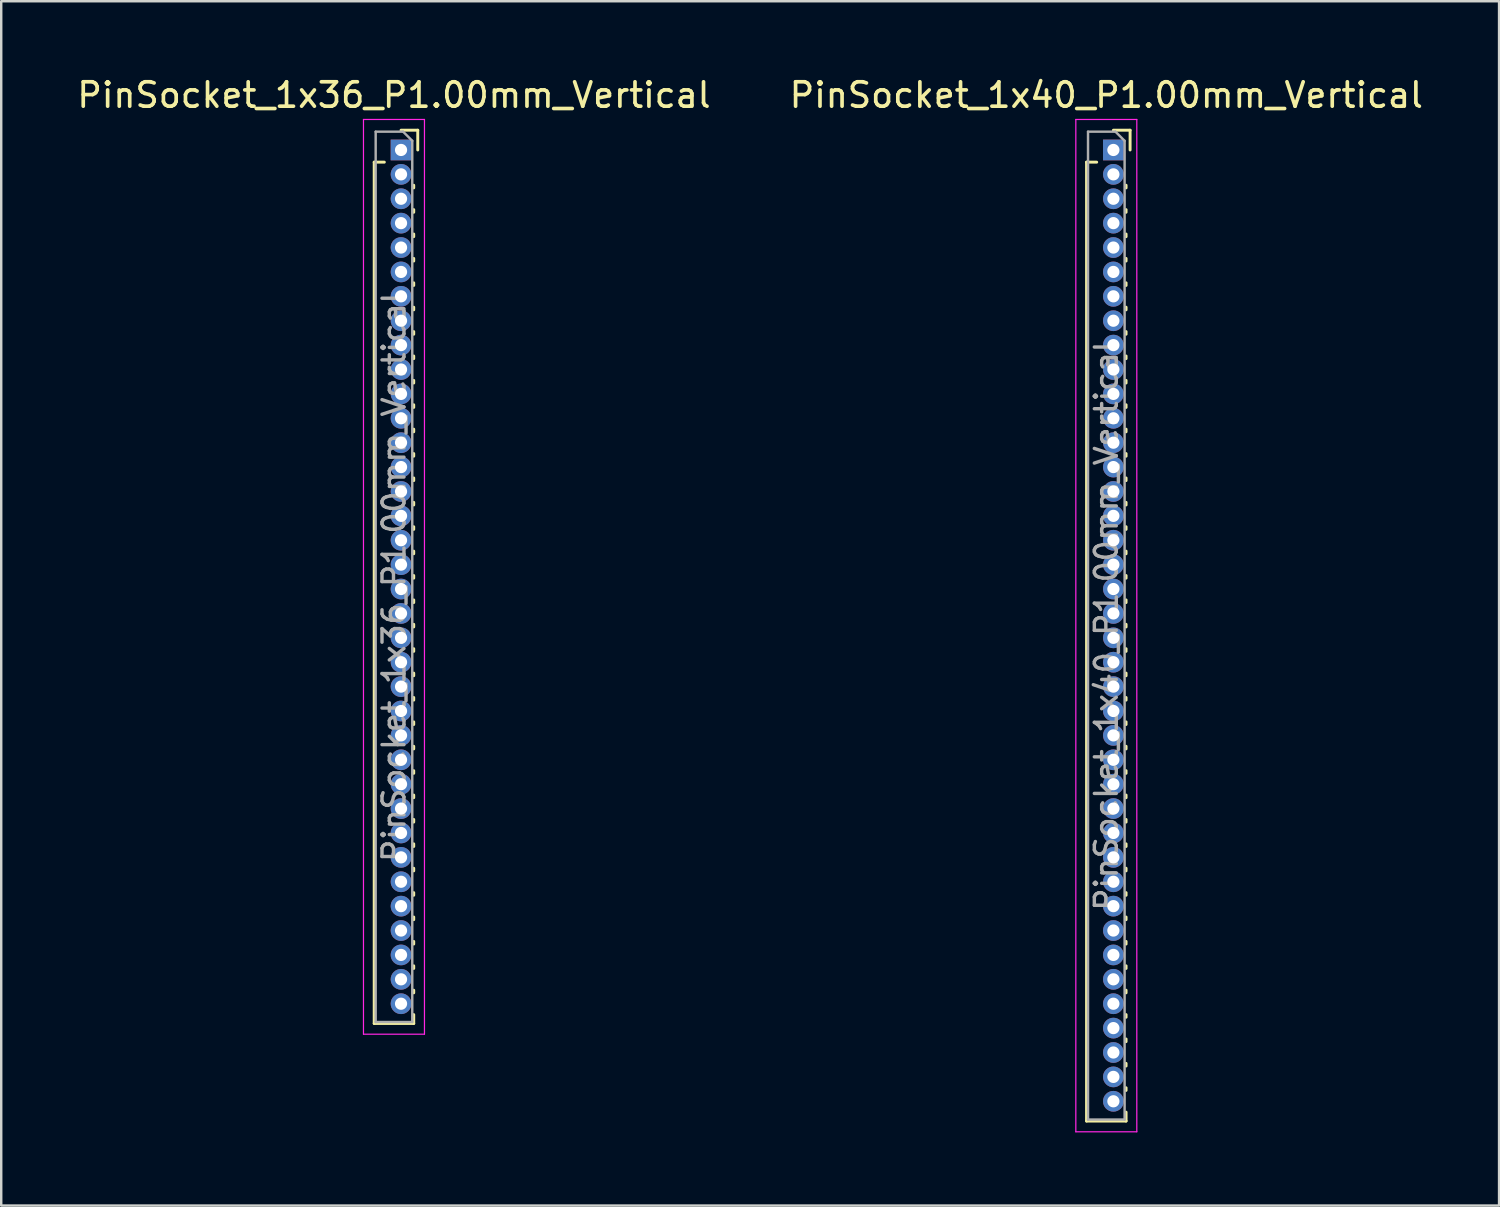
<source format=kicad_pcb>
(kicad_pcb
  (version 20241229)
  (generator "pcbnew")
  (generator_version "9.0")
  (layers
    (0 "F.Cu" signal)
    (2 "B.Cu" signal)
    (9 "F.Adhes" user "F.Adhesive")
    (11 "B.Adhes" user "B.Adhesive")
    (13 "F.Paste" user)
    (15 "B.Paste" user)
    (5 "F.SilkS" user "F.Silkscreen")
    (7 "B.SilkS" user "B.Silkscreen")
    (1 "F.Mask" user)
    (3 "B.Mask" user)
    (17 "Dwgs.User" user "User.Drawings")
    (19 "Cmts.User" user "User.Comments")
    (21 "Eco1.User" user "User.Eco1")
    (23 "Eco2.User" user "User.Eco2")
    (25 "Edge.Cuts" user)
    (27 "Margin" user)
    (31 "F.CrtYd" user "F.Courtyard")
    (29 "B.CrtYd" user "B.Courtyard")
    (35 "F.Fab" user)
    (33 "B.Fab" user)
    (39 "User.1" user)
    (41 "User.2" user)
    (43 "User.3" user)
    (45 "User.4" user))
  (footprint "PinSocket_1x40_P1.00mm_Vertical"
    (layer "F.Cu")
    (at 42.594 3.098)
    (property "Reference" "PinSocket_1x40_P1.00mm_Vertical" (at -0.29 -2.25 0) (layer "F.SilkS") (effects (font (size 1 1) (thickness 0.15))))
    (attr through_hole)
    (fp_line (start -1.1 0.5) (end -1.1 39.81) (stroke (width 0.12) (type solid)) (layer "F.SilkS"))
    (fp_line (start -1.1 0.5) (end -0.685 0.5) (stroke (width 0.12) (type solid)) (layer "F.SilkS"))
    (fp_line (start -1.1 39.81) (end 0.52 39.81) (stroke (width 0.12) (type solid)) (layer "F.SilkS"))
    (fp_line (start 0 -0.81) (end 0.685 -0.81) (stroke (width 0.12) (type solid)) (layer "F.SilkS"))
    (fp_line (start 0.52 1.446) (end 0.52 1.554) (stroke (width 0.12) (type solid)) (layer "F.SilkS"))
    (fp_line (start 0.52 2.446) (end 0.52 2.554) (stroke (width 0.12) (type solid)) (layer "F.SilkS"))
    (fp_line (start 0.52 3.446) (end 0.52 3.554) (stroke (width 0.12) (type solid)) (layer "F.SilkS"))
    (fp_line (start 0.52 4.446) (end 0.52 4.554) (stroke (width 0.12) (type solid)) (layer "F.SilkS"))
    (fp_line (start 0.52 5.446) (end 0.52 5.554) (stroke (width 0.12) (type solid)) (layer "F.SilkS"))
    (fp_line (start 0.52 6.446) (end 0.52 6.554) (stroke (width 0.12) (type solid)) (layer "F.SilkS"))
    (fp_line (start 0.52 7.446) (end 0.52 7.554) (stroke (width 0.12) (type solid)) (layer "F.SilkS"))
    (fp_line (start 0.52 8.446) (end 0.52 8.554) (stroke (width 0.12) (type solid)) (layer "F.SilkS"))
    (fp_line (start 0.52 9.446) (end 0.52 9.554) (stroke (width 0.12) (type solid)) (layer "F.SilkS"))
    (fp_line (start 0.52 10.446) (end 0.52 10.554) (stroke (width 0.12) (type solid)) (layer "F.SilkS"))
    (fp_line (start 0.52 11.446) (end 0.52 11.554) (stroke (width 0.12) (type solid)) (layer "F.SilkS"))
    (fp_line (start 0.52 12.446) (end 0.52 12.554) (stroke (width 0.12) (type solid)) (layer "F.SilkS"))
    (fp_line (start 0.52 13.446) (end 0.52 13.554) (stroke (width 0.12) (type solid)) (layer "F.SilkS"))
    (fp_line (start 0.52 14.446) (end 0.52 14.554) (stroke (width 0.12) (type solid)) (layer "F.SilkS"))
    (fp_line (start 0.52 15.446) (end 0.52 15.554) (stroke (width 0.12) (type solid)) (layer "F.SilkS"))
    (fp_line (start 0.52 16.446) (end 0.52 16.554) (stroke (width 0.12) (type solid)) (layer "F.SilkS"))
    (fp_line (start 0.52 17.446) (end 0.52 17.554) (stroke (width 0.12) (type solid)) (layer "F.SilkS"))
    (fp_line (start 0.52 18.446) (end 0.52 18.554) (stroke (width 0.12) (type solid)) (layer "F.SilkS"))
    (fp_line (start 0.52 19.446) (end 0.52 19.554) (stroke (width 0.12) (type solid)) (layer "F.SilkS"))
    (fp_line (start 0.52 20.446) (end 0.52 20.554) (stroke (width 0.12) (type solid)) (layer "F.SilkS"))
    (fp_line (start 0.52 21.446) (end 0.52 21.554) (stroke (width 0.12) (type solid)) (layer "F.SilkS"))
    (fp_line (start 0.52 22.446) (end 0.52 22.554) (stroke (width 0.12) (type solid)) (layer "F.SilkS"))
    (fp_line (start 0.52 23.446) (end 0.52 23.554) (stroke (width 0.12) (type solid)) (layer "F.SilkS"))
    (fp_line (start 0.52 24.446) (end 0.52 24.554) (stroke (width 0.12) (type solid)) (layer "F.SilkS"))
    (fp_line (start 0.52 25.446) (end 0.52 25.554) (stroke (width 0.12) (type solid)) (layer "F.SilkS"))
    (fp_line (start 0.52 26.446) (end 0.52 26.554) (stroke (width 0.12) (type solid)) (layer "F.SilkS"))
    (fp_line (start 0.52 27.446) (end 0.52 27.554) (stroke (width 0.12) (type solid)) (layer "F.SilkS"))
    (fp_line (start 0.52 28.446) (end 0.52 28.554) (stroke (width 0.12) (type solid)) (layer "F.SilkS"))
    (fp_line (start 0.52 29.446) (end 0.52 29.554) (stroke (width 0.12) (type solid)) (layer "F.SilkS"))
    (fp_line (start 0.52 30.446) (end 0.52 30.554) (stroke (width 0.12) (type solid)) (layer "F.SilkS"))
    (fp_line (start 0.52 31.446) (end 0.52 31.554) (stroke (width 0.12) (type solid)) (layer "F.SilkS"))
    (fp_line (start 0.52 32.446) (end 0.52 32.554) (stroke (width 0.12) (type solid)) (layer "F.SilkS"))
    (fp_line (start 0.52 33.446) (end 0.52 33.554) (stroke (width 0.12) (type solid)) (layer "F.SilkS"))
    (fp_line (start 0.52 34.446) (end 0.52 34.554) (stroke (width 0.12) (type solid)) (layer "F.SilkS"))
    (fp_line (start 0.52 35.446) (end 0.52 35.554) (stroke (width 0.12) (type solid)) (layer "F.SilkS"))
    (fp_line (start 0.52 36.446) (end 0.52 36.554) (stroke (width 0.12) (type solid)) (layer "F.SilkS"))
    (fp_line (start 0.52 37.446) (end 0.52 37.554) (stroke (width 0.12) (type solid)) (layer "F.SilkS"))
    (fp_line (start 0.52 38.446) (end 0.52 38.554) (stroke (width 0.12) (type solid)) (layer "F.SilkS"))
    (fp_line (start 0.52 39.446) (end 0.52 39.81) (stroke (width 0.12) (type solid)) (layer "F.SilkS"))
    (fp_line (start 0.685 -0.81) (end 0.685 0) (stroke (width 0.12) (type solid)) (layer "F.SilkS"))
    (fp_line (start -1.54 -1.25) (end 0.96 -1.25) (stroke (width 0.05) (type solid)) (layer "F.CrtYd"))
    (fp_line (start -1.54 40.25) (end -1.54 -1.25) (stroke (width 0.05) (type solid)) (layer "F.CrtYd"))
    (fp_line (start 0.96 -1.25) (end 0.96 40.25) (stroke (width 0.05) (type solid)) (layer "F.CrtYd"))
    (fp_line (start 0.96 40.25) (end -1.54 40.25) (stroke (width 0.05) (type solid)) (layer "F.CrtYd"))
    (fp_line (start -1.04 -0.75) (end 0.085 -0.75) (stroke (width 0.1) (type solid)) (layer "F.Fab"))
    (fp_line (start -1.04 39.75) (end -1.04 -0.75) (stroke (width 0.1) (type solid)) (layer "F.Fab"))
    (fp_line (start 0.085 -0.75) (end 0.46 -0.375) (stroke (width 0.1) (type solid)) (layer "F.Fab"))
    (fp_line (start 0.46 -0.375) (end 0.46 39.75) (stroke (width 0.1) (type solid)) (layer "F.Fab"))
    (fp_line (start 0.46 39.75) (end -1.04 39.75) (stroke (width 0.1) (type solid)) (layer "F.Fab"))
    (fp_text user "${REFERENCE}" (at -0.29 19.5 90) (layer "F.Fab") (effects (font (size 0.9 0.9) (thickness 0.14))))
    (pad "1" thru_hole rect (at 0 0) (size 0.85 0.85) (drill 0.5) (layers "*.Cu" "*.Mask"))
    (pad "2" thru_hole circle (at 0 1) (size 0.85 0.85) (drill 0.5) (layers "*.Cu" "*.Mask"))
    (pad "3" thru_hole circle (at 0 2) (size 0.85 0.85) (drill 0.5) (layers "*.Cu" "*.Mask"))
    (pad "4" thru_hole circle (at 0 3) (size 0.85 0.85) (drill 0.5) (layers "*.Cu" "*.Mask"))
    (pad "5" thru_hole circle (at 0 4) (size 0.85 0.85) (drill 0.5) (layers "*.Cu" "*.Mask"))
    (pad "6" thru_hole circle (at 0 5) (size 0.85 0.85) (drill 0.5) (layers "*.Cu" "*.Mask"))
    (pad "7" thru_hole circle (at 0 6) (size 0.85 0.85) (drill 0.5) (layers "*.Cu" "*.Mask"))
    (pad "8" thru_hole circle (at 0 7) (size 0.85 0.85) (drill 0.5) (layers "*.Cu" "*.Mask"))
    (pad "9" thru_hole circle (at 0 8) (size 0.85 0.85) (drill 0.5) (layers "*.Cu" "*.Mask"))
    (pad "10" thru_hole circle (at 0 9) (size 0.85 0.85) (drill 0.5) (layers "*.Cu" "*.Mask"))
    (pad "11" thru_hole circle (at 0 10) (size 0.85 0.85) (drill 0.5) (layers "*.Cu" "*.Mask"))
    (pad "12" thru_hole circle (at 0 11) (size 0.85 0.85) (drill 0.5) (layers "*.Cu" "*.Mask"))
    (pad "13" thru_hole circle (at 0 12) (size 0.85 0.85) (drill 0.5) (layers "*.Cu" "*.Mask"))
    (pad "14" thru_hole circle (at 0 13) (size 0.85 0.85) (drill 0.5) (layers "*.Cu" "*.Mask"))
    (pad "15" thru_hole circle (at 0 14) (size 0.85 0.85) (drill 0.5) (layers "*.Cu" "*.Mask"))
    (pad "16" thru_hole circle (at 0 15) (size 0.85 0.85) (drill 0.5) (layers "*.Cu" "*.Mask"))
    (pad "17" thru_hole circle (at 0 16) (size 0.85 0.85) (drill 0.5) (layers "*.Cu" "*.Mask"))
    (pad "18" thru_hole circle (at 0 17) (size 0.85 0.85) (drill 0.5) (layers "*.Cu" "*.Mask"))
    (pad "19" thru_hole circle (at 0 18) (size 0.85 0.85) (drill 0.5) (layers "*.Cu" "*.Mask"))
    (pad "20" thru_hole circle (at 0 19) (size 0.85 0.85) (drill 0.5) (layers "*.Cu" "*.Mask"))
    (pad "21" thru_hole circle (at 0 20) (size 0.85 0.85) (drill 0.5) (layers "*.Cu" "*.Mask"))
    (pad "22" thru_hole circle (at 0 21) (size 0.85 0.85) (drill 0.5) (layers "*.Cu" "*.Mask"))
    (pad "23" thru_hole circle (at 0 22) (size 0.85 0.85) (drill 0.5) (layers "*.Cu" "*.Mask"))
    (pad "24" thru_hole circle (at 0 23) (size 0.85 0.85) (drill 0.5) (layers "*.Cu" "*.Mask"))
    (pad "25" thru_hole circle (at 0 24) (size 0.85 0.85) (drill 0.5) (layers "*.Cu" "*.Mask"))
    (pad "26" thru_hole circle (at 0 25) (size 0.85 0.85) (drill 0.5) (layers "*.Cu" "*.Mask"))
    (pad "27" thru_hole circle (at 0 26) (size 0.85 0.85) (drill 0.5) (layers "*.Cu" "*.Mask"))
    (pad "28" thru_hole circle (at 0 27) (size 0.85 0.85) (drill 0.5) (layers "*.Cu" "*.Mask"))
    (pad "29" thru_hole circle (at 0 28) (size 0.85 0.85) (drill 0.5) (layers "*.Cu" "*.Mask"))
    (pad "30" thru_hole circle (at 0 29) (size 0.85 0.85) (drill 0.5) (layers "*.Cu" "*.Mask"))
    (pad "31" thru_hole circle (at 0 30) (size 0.85 0.85) (drill 0.5) (layers "*.Cu" "*.Mask"))
    (pad "32" thru_hole circle (at 0 31) (size 0.85 0.85) (drill 0.5) (layers "*.Cu" "*.Mask"))
    (pad "33" thru_hole circle (at 0 32) (size 0.85 0.85) (drill 0.5) (layers "*.Cu" "*.Mask"))
    (pad "34" thru_hole circle (at 0 33) (size 0.85 0.85) (drill 0.5) (layers "*.Cu" "*.Mask"))
    (pad "35" thru_hole circle (at 0 34) (size 0.85 0.85) (drill 0.5) (layers "*.Cu" "*.Mask"))
    (pad "36" thru_hole circle (at 0 35) (size 0.85 0.85) (drill 0.5) (layers "*.Cu" "*.Mask"))
    (pad "37" thru_hole circle (at 0 36) (size 0.85 0.85) (drill 0.5) (layers "*.Cu" "*.Mask"))
    (pad "38" thru_hole circle (at 0 37) (size 0.85 0.85) (drill 0.5) (layers "*.Cu" "*.Mask"))
    (pad "39" thru_hole circle (at 0 38) (size 0.85 0.85) (drill 0.5) (layers "*.Cu" "*.Mask"))
    (pad "40" thru_hole circle (at 0 39) (size 0.85 0.85) (drill 0.5) (layers "*.Cu" "*.Mask")))
  (footprint "PinSocket_1x36_P1.00mm_Vertical"
    (layer "F.Cu")
    (at 13.391 3.098)
    (property "Reference" "PinSocket_1x36_P1.00mm_Vertical" (at -0.29 -2.25 0) (layer "F.SilkS") (effects (font (size 1 1) (thickness 0.15))))
    (attr through_hole)
    (fp_line (start -1.1 0.5) (end -1.1 35.81) (stroke (width 0.12) (type solid)) (layer "F.SilkS"))
    (fp_line (start -1.1 0.5) (end -0.685 0.5) (stroke (width 0.12) (type solid)) (layer "F.SilkS"))
    (fp_line (start -1.1 35.81) (end 0.52 35.81) (stroke (width 0.12) (type solid)) (layer "F.SilkS"))
    (fp_line (start 0 -0.81) (end 0.685 -0.81) (stroke (width 0.12) (type solid)) (layer "F.SilkS"))
    (fp_line (start 0.52 1.446) (end 0.52 1.554) (stroke (width 0.12) (type solid)) (layer "F.SilkS"))
    (fp_line (start 0.52 2.446) (end 0.52 2.554) (stroke (width 0.12) (type solid)) (layer "F.SilkS"))
    (fp_line (start 0.52 3.446) (end 0.52 3.554) (stroke (width 0.12) (type solid)) (layer "F.SilkS"))
    (fp_line (start 0.52 4.446) (end 0.52 4.554) (stroke (width 0.12) (type solid)) (layer "F.SilkS"))
    (fp_line (start 0.52 5.446) (end 0.52 5.554) (stroke (width 0.12) (type solid)) (layer "F.SilkS"))
    (fp_line (start 0.52 6.446) (end 0.52 6.554) (stroke (width 0.12) (type solid)) (layer "F.SilkS"))
    (fp_line (start 0.52 7.446) (end 0.52 7.554) (stroke (width 0.12) (type solid)) (layer "F.SilkS"))
    (fp_line (start 0.52 8.446) (end 0.52 8.554) (stroke (width 0.12) (type solid)) (layer "F.SilkS"))
    (fp_line (start 0.52 9.446) (end 0.52 9.554) (stroke (width 0.12) (type solid)) (layer "F.SilkS"))
    (fp_line (start 0.52 10.446) (end 0.52 10.554) (stroke (width 0.12) (type solid)) (layer "F.SilkS"))
    (fp_line (start 0.52 11.446) (end 0.52 11.554) (stroke (width 0.12) (type solid)) (layer "F.SilkS"))
    (fp_line (start 0.52 12.446) (end 0.52 12.554) (stroke (width 0.12) (type solid)) (layer "F.SilkS"))
    (fp_line (start 0.52 13.446) (end 0.52 13.554) (stroke (width 0.12) (type solid)) (layer "F.SilkS"))
    (fp_line (start 0.52 14.446) (end 0.52 14.554) (stroke (width 0.12) (type solid)) (layer "F.SilkS"))
    (fp_line (start 0.52 15.446) (end 0.52 15.554) (stroke (width 0.12) (type solid)) (layer "F.SilkS"))
    (fp_line (start 0.52 16.446) (end 0.52 16.554) (stroke (width 0.12) (type solid)) (layer "F.SilkS"))
    (fp_line (start 0.52 17.446) (end 0.52 17.554) (stroke (width 0.12) (type solid)) (layer "F.SilkS"))
    (fp_line (start 0.52 18.446) (end 0.52 18.554) (stroke (width 0.12) (type solid)) (layer "F.SilkS"))
    (fp_line (start 0.52 19.446) (end 0.52 19.554) (stroke (width 0.12) (type solid)) (layer "F.SilkS"))
    (fp_line (start 0.52 20.446) (end 0.52 20.554) (stroke (width 0.12) (type solid)) (layer "F.SilkS"))
    (fp_line (start 0.52 21.446) (end 0.52 21.554) (stroke (width 0.12) (type solid)) (layer "F.SilkS"))
    (fp_line (start 0.52 22.446) (end 0.52 22.554) (stroke (width 0.12) (type solid)) (layer "F.SilkS"))
    (fp_line (start 0.52 23.446) (end 0.52 23.554) (stroke (width 0.12) (type solid)) (layer "F.SilkS"))
    (fp_line (start 0.52 24.446) (end 0.52 24.554) (stroke (width 0.12) (type solid)) (layer "F.SilkS"))
    (fp_line (start 0.52 25.446) (end 0.52 25.554) (stroke (width 0.12) (type solid)) (layer "F.SilkS"))
    (fp_line (start 0.52 26.446) (end 0.52 26.554) (stroke (width 0.12) (type solid)) (layer "F.SilkS"))
    (fp_line (start 0.52 27.446) (end 0.52 27.554) (stroke (width 0.12) (type solid)) (layer "F.SilkS"))
    (fp_line (start 0.52 28.446) (end 0.52 28.554) (stroke (width 0.12) (type solid)) (layer "F.SilkS"))
    (fp_line (start 0.52 29.446) (end 0.52 29.554) (stroke (width 0.12) (type solid)) (layer "F.SilkS"))
    (fp_line (start 0.52 30.446) (end 0.52 30.554) (stroke (width 0.12) (type solid)) (layer "F.SilkS"))
    (fp_line (start 0.52 31.446) (end 0.52 31.554) (stroke (width 0.12) (type solid)) (layer "F.SilkS"))
    (fp_line (start 0.52 32.446) (end 0.52 32.554) (stroke (width 0.12) (type solid)) (layer "F.SilkS"))
    (fp_line (start 0.52 33.446) (end 0.52 33.554) (stroke (width 0.12) (type solid)) (layer "F.SilkS"))
    (fp_line (start 0.52 34.446) (end 0.52 34.554) (stroke (width 0.12) (type solid)) (layer "F.SilkS"))
    (fp_line (start 0.52 35.446) (end 0.52 35.81) (stroke (width 0.12) (type solid)) (layer "F.SilkS"))
    (fp_line (start 0.685 -0.81) (end 0.685 0) (stroke (width 0.12) (type solid)) (layer "F.SilkS"))
    (fp_line (start -1.54 -1.25) (end 0.96 -1.25) (stroke (width 0.05) (type solid)) (layer "F.CrtYd"))
    (fp_line (start -1.54 36.25) (end -1.54 -1.25) (stroke (width 0.05) (type solid)) (layer "F.CrtYd"))
    (fp_line (start 0.96 -1.25) (end 0.96 36.25) (stroke (width 0.05) (type solid)) (layer "F.CrtYd"))
    (fp_line (start 0.96 36.25) (end -1.54 36.25) (stroke (width 0.05) (type solid)) (layer "F.CrtYd"))
    (fp_line (start -1.04 -0.75) (end 0.085 -0.75) (stroke (width 0.1) (type solid)) (layer "F.Fab"))
    (fp_line (start -1.04 35.75) (end -1.04 -0.75) (stroke (width 0.1) (type solid)) (layer "F.Fab"))
    (fp_line (start 0.085 -0.75) (end 0.46 -0.375) (stroke (width 0.1) (type solid)) (layer "F.Fab"))
    (fp_line (start 0.46 -0.375) (end 0.46 35.75) (stroke (width 0.1) (type solid)) (layer "F.Fab"))
    (fp_line (start 0.46 35.75) (end -1.04 35.75) (stroke (width 0.1) (type solid)) (layer "F.Fab"))
    (fp_text user "${REFERENCE}" (at -0.29 17.5 90) (layer "F.Fab") (effects (font (size 0.9 0.9) (thickness 0.14))))
    (pad "1" thru_hole rect (at 0 0) (size 0.85 0.85) (drill 0.5) (layers "*.Cu" "*.Mask"))
    (pad "2" thru_hole circle (at 0 1) (size 0.85 0.85) (drill 0.5) (layers "*.Cu" "*.Mask"))
    (pad "3" thru_hole circle (at 0 2) (size 0.85 0.85) (drill 0.5) (layers "*.Cu" "*.Mask"))
    (pad "4" thru_hole circle (at 0 3) (size 0.85 0.85) (drill 0.5) (layers "*.Cu" "*.Mask"))
    (pad "5" thru_hole circle (at 0 4) (size 0.85 0.85) (drill 0.5) (layers "*.Cu" "*.Mask"))
    (pad "6" thru_hole circle (at 0 5) (size 0.85 0.85) (drill 0.5) (layers "*.Cu" "*.Mask"))
    (pad "7" thru_hole circle (at 0 6) (size 0.85 0.85) (drill 0.5) (layers "*.Cu" "*.Mask"))
    (pad "8" thru_hole circle (at 0 7) (size 0.85 0.85) (drill 0.5) (layers "*.Cu" "*.Mask"))
    (pad "9" thru_hole circle (at 0 8) (size 0.85 0.85) (drill 0.5) (layers "*.Cu" "*.Mask"))
    (pad "10" thru_hole circle (at 0 9) (size 0.85 0.85) (drill 0.5) (layers "*.Cu" "*.Mask"))
    (pad "11" thru_hole circle (at 0 10) (size 0.85 0.85) (drill 0.5) (layers "*.Cu" "*.Mask"))
    (pad "12" thru_hole circle (at 0 11) (size 0.85 0.85) (drill 0.5) (layers "*.Cu" "*.Mask"))
    (pad "13" thru_hole circle (at 0 12) (size 0.85 0.85) (drill 0.5) (layers "*.Cu" "*.Mask"))
    (pad "14" thru_hole circle (at 0 13) (size 0.85 0.85) (drill 0.5) (layers "*.Cu" "*.Mask"))
    (pad "15" thru_hole circle (at 0 14) (size 0.85 0.85) (drill 0.5) (layers "*.Cu" "*.Mask"))
    (pad "16" thru_hole circle (at 0 15) (size 0.85 0.85) (drill 0.5) (layers "*.Cu" "*.Mask"))
    (pad "17" thru_hole circle (at 0 16) (size 0.85 0.85) (drill 0.5) (layers "*.Cu" "*.Mask"))
    (pad "18" thru_hole circle (at 0 17) (size 0.85 0.85) (drill 0.5) (layers "*.Cu" "*.Mask"))
    (pad "19" thru_hole circle (at 0 18) (size 0.85 0.85) (drill 0.5) (layers "*.Cu" "*.Mask"))
    (pad "20" thru_hole circle (at 0 19) (size 0.85 0.85) (drill 0.5) (layers "*.Cu" "*.Mask"))
    (pad "21" thru_hole circle (at 0 20) (size 0.85 0.85) (drill 0.5) (layers "*.Cu" "*.Mask"))
    (pad "22" thru_hole circle (at 0 21) (size 0.85 0.85) (drill 0.5) (layers "*.Cu" "*.Mask"))
    (pad "23" thru_hole circle (at 0 22) (size 0.85 0.85) (drill 0.5) (layers "*.Cu" "*.Mask"))
    (pad "24" thru_hole circle (at 0 23) (size 0.85 0.85) (drill 0.5) (layers "*.Cu" "*.Mask"))
    (pad "25" thru_hole circle (at 0 24) (size 0.85 0.85) (drill 0.5) (layers "*.Cu" "*.Mask"))
    (pad "26" thru_hole circle (at 0 25) (size 0.85 0.85) (drill 0.5) (layers "*.Cu" "*.Mask"))
    (pad "27" thru_hole circle (at 0 26) (size 0.85 0.85) (drill 0.5) (layers "*.Cu" "*.Mask"))
    (pad "28" thru_hole circle (at 0 27) (size 0.85 0.85) (drill 0.5) (layers "*.Cu" "*.Mask"))
    (pad "29" thru_hole circle (at 0 28) (size 0.85 0.85) (drill 0.5) (layers "*.Cu" "*.Mask"))
    (pad "30" thru_hole circle (at 0 29) (size 0.85 0.85) (drill 0.5) (layers "*.Cu" "*.Mask"))
    (pad "31" thru_hole circle (at 0 30) (size 0.85 0.85) (drill 0.5) (layers "*.Cu" "*.Mask"))
    (pad "32" thru_hole circle (at 0 31) (size 0.85 0.85) (drill 0.5) (layers "*.Cu" "*.Mask"))
    (pad "33" thru_hole circle (at 0 32) (size 0.85 0.85) (drill 0.5) (layers "*.Cu" "*.Mask"))
    (pad "34" thru_hole circle (at 0 33) (size 0.85 0.85) (drill 0.5) (layers "*.Cu" "*.Mask"))
    (pad "35" thru_hole circle (at 0 34) (size 0.85 0.85) (drill 0.5) (layers "*.Cu" "*.Mask"))
    (pad "36" thru_hole circle (at 0 35) (size 0.85 0.85) (drill 0.5) (layers "*.Cu" "*.Mask")))
  (gr_rect
    (start -3 -3)
    (end 58.405 46.373)
    (stroke (width 0.1) (type default))
    (fill no)
    (layer "Edge.Cuts")))
</source>
